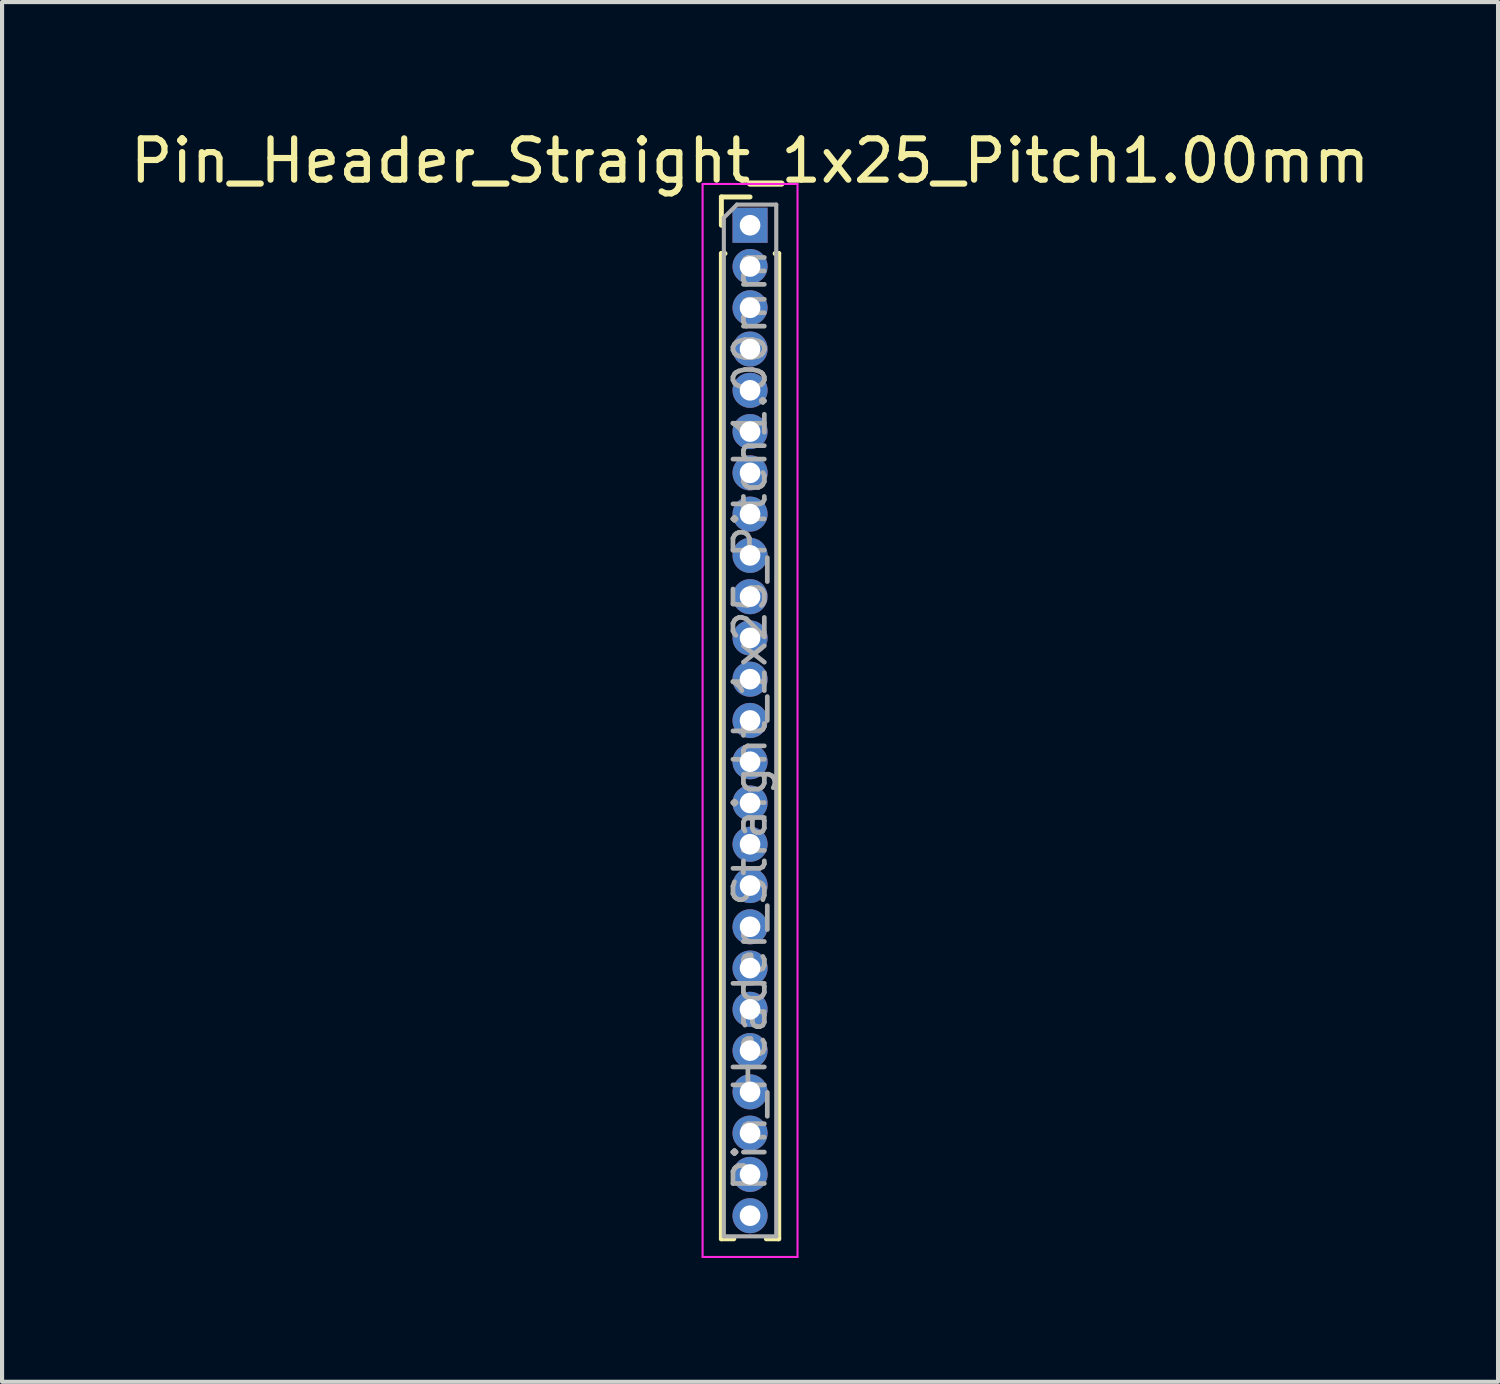
<source format=kicad_pcb>
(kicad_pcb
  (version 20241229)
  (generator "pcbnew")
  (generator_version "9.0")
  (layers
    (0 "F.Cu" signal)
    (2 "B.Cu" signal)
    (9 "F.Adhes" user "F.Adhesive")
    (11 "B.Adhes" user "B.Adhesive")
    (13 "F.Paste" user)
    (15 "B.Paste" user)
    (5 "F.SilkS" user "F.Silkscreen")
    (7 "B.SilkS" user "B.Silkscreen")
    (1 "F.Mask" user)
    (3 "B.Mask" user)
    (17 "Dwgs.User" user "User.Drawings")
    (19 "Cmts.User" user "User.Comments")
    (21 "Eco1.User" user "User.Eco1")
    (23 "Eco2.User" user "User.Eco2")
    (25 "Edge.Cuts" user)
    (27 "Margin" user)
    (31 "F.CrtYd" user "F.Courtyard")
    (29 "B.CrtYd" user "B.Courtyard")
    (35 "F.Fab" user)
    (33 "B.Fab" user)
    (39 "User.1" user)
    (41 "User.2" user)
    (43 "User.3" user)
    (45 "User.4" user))
  (footprint "Pin_Header_Straight_1x25_Pitch1.00mm"
    (layer "F.Cu")
    (at 15.125 2.408)
    (property "Reference" "Pin_Header_Straight_1x25_Pitch1.00mm" (at 0 -1.56 0) (layer "F.SilkS") (effects (font (size 1 1) (thickness 0.15))))
    (attr through_hole)
    (fp_line (start -0.695 -0.685) (end 0 -0.685) (stroke (width 0.12) (type solid)) (layer "F.SilkS"))
    (fp_line (start -0.695 0) (end -0.695 -0.685) (stroke (width 0.12) (type solid)) (layer "F.SilkS"))
    (fp_line (start -0.695 0.685) (end -0.695 24.56) (stroke (width 0.12) (type solid)) (layer "F.SilkS"))
    (fp_line (start -0.695 0.685) (end -0.608 0.685) (stroke (width 0.12) (type solid)) (layer "F.SilkS"))
    (fp_line (start -0.695 24.56) (end -0.394 24.56) (stroke (width 0.12) (type solid)) (layer "F.SilkS"))
    (fp_line (start 0.394 24.56) (end 0.695 24.56) (stroke (width 0.12) (type solid)) (layer "F.SilkS"))
    (fp_line (start 0.608 0.685) (end 0.695 0.685) (stroke (width 0.12) (type solid)) (layer "F.SilkS"))
    (fp_line (start 0.695 0.685) (end 0.695 24.56) (stroke (width 0.12) (type solid)) (layer "F.SilkS"))
    (fp_line (start -1.15 -1) (end -1.15 25) (stroke (width 0.05) (type solid)) (layer "F.CrtYd"))
    (fp_line (start -1.15 25) (end 1.15 25) (stroke (width 0.05) (type solid)) (layer "F.CrtYd"))
    (fp_line (start 1.15 -1) (end -1.15 -1) (stroke (width 0.05) (type solid)) (layer "F.CrtYd"))
    (fp_line (start 1.15 25) (end 1.15 -1) (stroke (width 0.05) (type solid)) (layer "F.CrtYd"))
    (fp_line (start -0.635 -0.182) (end -0.318 -0.5) (stroke (width 0.1) (type solid)) (layer "F.Fab"))
    (fp_line (start -0.635 24.5) (end -0.635 -0.182) (stroke (width 0.1) (type solid)) (layer "F.Fab"))
    (fp_line (start -0.318 -0.5) (end 0.635 -0.5) (stroke (width 0.1) (type solid)) (layer "F.Fab"))
    (fp_line (start 0.635 -0.5) (end 0.635 24.5) (stroke (width 0.1) (type solid)) (layer "F.Fab"))
    (fp_line (start 0.635 24.5) (end -0.635 24.5) (stroke (width 0.1) (type solid)) (layer "F.Fab"))
    (fp_text user "${REFERENCE}" (at 0 12 90) (layer "F.Fab") (effects (font (size 0.76 0.76) (thickness 0.114))))
    (pad "1" thru_hole rect (at 0 0) (size 0.85 0.85) (drill 0.5) (layers "*.Cu" "*.Mask"))
    (pad "2" thru_hole oval (at 0 1) (size 0.85 0.85) (drill 0.5) (layers "*.Cu" "*.Mask"))
    (pad "3" thru_hole oval (at 0 2) (size 0.85 0.85) (drill 0.5) (layers "*.Cu" "*.Mask"))
    (pad "4" thru_hole oval (at 0 3) (size 0.85 0.85) (drill 0.5) (layers "*.Cu" "*.Mask"))
    (pad "5" thru_hole oval (at 0 4) (size 0.85 0.85) (drill 0.5) (layers "*.Cu" "*.Mask"))
    (pad "6" thru_hole oval (at 0 5) (size 0.85 0.85) (drill 0.5) (layers "*.Cu" "*.Mask"))
    (pad "7" thru_hole oval (at 0 6) (size 0.85 0.85) (drill 0.5) (layers "*.Cu" "*.Mask"))
    (pad "8" thru_hole oval (at 0 7) (size 0.85 0.85) (drill 0.5) (layers "*.Cu" "*.Mask"))
    (pad "9" thru_hole oval (at 0 8) (size 0.85 0.85) (drill 0.5) (layers "*.Cu" "*.Mask"))
    (pad "10" thru_hole oval (at 0 9) (size 0.85 0.85) (drill 0.5) (layers "*.Cu" "*.Mask"))
    (pad "11" thru_hole oval (at 0 10) (size 0.85 0.85) (drill 0.5) (layers "*.Cu" "*.Mask"))
    (pad "12" thru_hole oval (at 0 11) (size 0.85 0.85) (drill 0.5) (layers "*.Cu" "*.Mask"))
    (pad "13" thru_hole oval (at 0 12) (size 0.85 0.85) (drill 0.5) (layers "*.Cu" "*.Mask"))
    (pad "14" thru_hole oval (at 0 13) (size 0.85 0.85) (drill 0.5) (layers "*.Cu" "*.Mask"))
    (pad "15" thru_hole oval (at 0 14) (size 0.85 0.85) (drill 0.5) (layers "*.Cu" "*.Mask"))
    (pad "16" thru_hole oval (at 0 15) (size 0.85 0.85) (drill 0.5) (layers "*.Cu" "*.Mask"))
    (pad "17" thru_hole oval (at 0 16) (size 0.85 0.85) (drill 0.5) (layers "*.Cu" "*.Mask"))
    (pad "18" thru_hole oval (at 0 17) (size 0.85 0.85) (drill 0.5) (layers "*.Cu" "*.Mask"))
    (pad "19" thru_hole oval (at 0 18) (size 0.85 0.85) (drill 0.5) (layers "*.Cu" "*.Mask"))
    (pad "20" thru_hole oval (at 0 19) (size 0.85 0.85) (drill 0.5) (layers "*.Cu" "*.Mask"))
    (pad "21" thru_hole oval (at 0 20) (size 0.85 0.85) (drill 0.5) (layers "*.Cu" "*.Mask"))
    (pad "22" thru_hole oval (at 0 21) (size 0.85 0.85) (drill 0.5) (layers "*.Cu" "*.Mask"))
    (pad "23" thru_hole oval (at 0 22) (size 0.85 0.85) (drill 0.5) (layers "*.Cu" "*.Mask"))
    (pad "24" thru_hole oval (at 0 23) (size 0.85 0.85) (drill 0.5) (layers "*.Cu" "*.Mask"))
    (pad "25" thru_hole oval (at 0 24) (size 0.85 0.85) (drill 0.5) (layers "*.Cu" "*.Mask")))
  (gr_rect
    (start -3 -3)
    (end 33.25 30.433)
    (stroke (width 0.1) (type default))
    (fill no)
    (layer "Edge.Cuts")))
</source>
